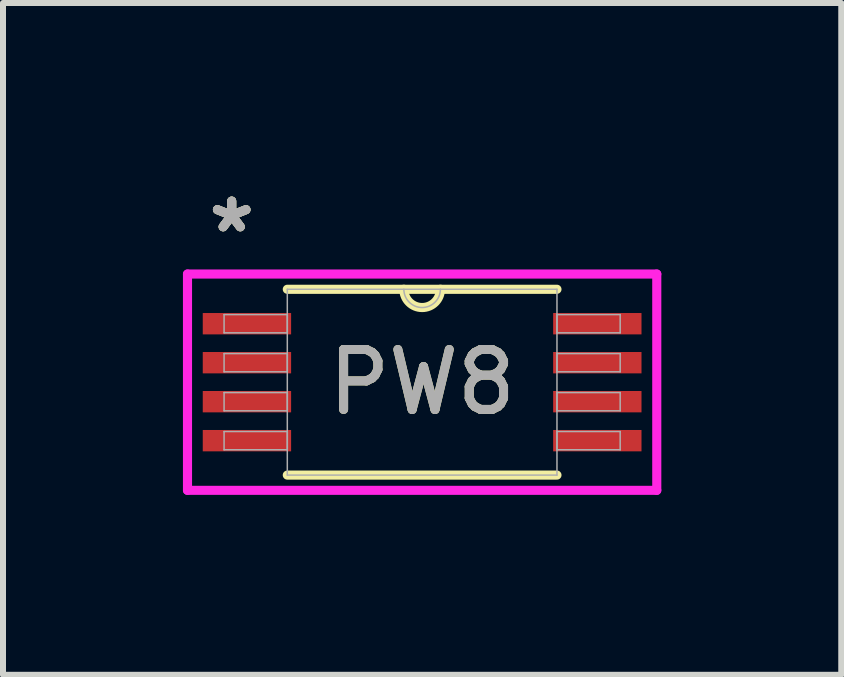
<source format=kicad_pcb>
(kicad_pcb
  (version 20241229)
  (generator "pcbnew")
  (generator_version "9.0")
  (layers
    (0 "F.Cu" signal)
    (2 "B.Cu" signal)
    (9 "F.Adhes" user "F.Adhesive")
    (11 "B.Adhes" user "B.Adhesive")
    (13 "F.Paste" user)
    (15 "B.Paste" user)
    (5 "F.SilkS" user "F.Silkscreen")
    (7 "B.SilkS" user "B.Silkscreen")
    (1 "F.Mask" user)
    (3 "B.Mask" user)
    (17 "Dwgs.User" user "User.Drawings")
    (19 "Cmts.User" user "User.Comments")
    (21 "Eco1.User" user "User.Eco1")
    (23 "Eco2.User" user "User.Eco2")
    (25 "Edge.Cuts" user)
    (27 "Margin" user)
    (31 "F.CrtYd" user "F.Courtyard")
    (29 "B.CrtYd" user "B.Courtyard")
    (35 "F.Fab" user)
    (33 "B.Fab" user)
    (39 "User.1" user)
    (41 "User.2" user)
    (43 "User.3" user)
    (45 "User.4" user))
  (footprint "PW8"
    (layer "F.Cu")
    (at 3.988 3.322)
    (property "Reference" "PW8" (at 0 0 0) (unlocked yes) (layer "F.SilkS") (effects (font (size 1 1) (thickness 0.15))))
    (attr smd)
    (fp_line (start -2.248 1.549) (end 2.248 1.549) (stroke (width 0.152) (type solid)) (layer "F.SilkS"))
    (fp_line (start 2.248 -1.549) (end -2.248 -1.549) (stroke (width 0.152) (type solid)) (layer "F.SilkS"))
    (fp_arc (start 0.3048 -1.5494) (mid 0 -1.2446) (end -0.3048 -1.5494) (stroke (width 0.1524) (type solid)) (layer "F.SilkS"))
    (fp_line (start -3.912 -1.803) (end 3.912 -1.803) (stroke (width 0.152) (type solid)) (layer "F.CrtYd"))
    (fp_line (start -3.912 1.803) (end -3.912 -1.803) (stroke (width 0.152) (type solid)) (layer "F.CrtYd"))
    (fp_line (start 3.912 -1.803) (end 3.912 1.803) (stroke (width 0.152) (type solid)) (layer "F.CrtYd"))
    (fp_line (start 3.912 1.803) (end -3.912 1.803) (stroke (width 0.152) (type solid)) (layer "F.CrtYd"))
    (fp_line (start -3.302 -1.127) (end -3.302 -0.823) (stroke (width 0.025) (type solid)) (layer "F.Fab"))
    (fp_line (start -3.302 -0.823) (end -2.248 -0.823) (stroke (width 0.025) (type solid)) (layer "F.Fab"))
    (fp_line (start -3.302 -0.477) (end -3.302 -0.173) (stroke (width 0.025) (type solid)) (layer "F.Fab"))
    (fp_line (start -3.302 -0.173) (end -2.248 -0.173) (stroke (width 0.025) (type solid)) (layer "F.Fab"))
    (fp_line (start -3.302 0.173) (end -3.302 0.477) (stroke (width 0.025) (type solid)) (layer "F.Fab"))
    (fp_line (start -3.302 0.477) (end -2.248 0.477) (stroke (width 0.025) (type solid)) (layer "F.Fab"))
    (fp_line (start -3.302 0.823) (end -3.302 1.127) (stroke (width 0.025) (type solid)) (layer "F.Fab"))
    (fp_line (start -3.302 1.127) (end -2.248 1.127) (stroke (width 0.025) (type solid)) (layer "F.Fab"))
    (fp_line (start -2.248 -1.549) (end -2.248 1.549) (stroke (width 0.025) (type solid)) (layer "F.Fab"))
    (fp_line (start -2.248 -1.127) (end -3.302 -1.127) (stroke (width 0.025) (type solid)) (layer "F.Fab"))
    (fp_line (start -2.248 -0.823) (end -2.248 -1.127) (stroke (width 0.025) (type solid)) (layer "F.Fab"))
    (fp_line (start -2.248 -0.477) (end -3.302 -0.477) (stroke (width 0.025) (type solid)) (layer "F.Fab"))
    (fp_line (start -2.248 -0.173) (end -2.248 -0.477) (stroke (width 0.025) (type solid)) (layer "F.Fab"))
    (fp_line (start -2.248 0.173) (end -3.302 0.173) (stroke (width 0.025) (type solid)) (layer "F.Fab"))
    (fp_line (start -2.248 0.477) (end -2.248 0.173) (stroke (width 0.025) (type solid)) (layer "F.Fab"))
    (fp_line (start -2.248 0.823) (end -3.302 0.823) (stroke (width 0.025) (type solid)) (layer "F.Fab"))
    (fp_line (start -2.248 1.127) (end -2.248 0.823) (stroke (width 0.025) (type solid)) (layer "F.Fab"))
    (fp_line (start -2.248 1.549) (end 2.248 1.549) (stroke (width 0.025) (type solid)) (layer "F.Fab"))
    (fp_line (start 2.248 -1.549) (end -2.248 -1.549) (stroke (width 0.025) (type solid)) (layer "F.Fab"))
    (fp_line (start 2.248 -1.127) (end 2.248 -0.823) (stroke (width 0.025) (type solid)) (layer "F.Fab"))
    (fp_line (start 2.248 -0.823) (end 3.302 -0.823) (stroke (width 0.025) (type solid)) (layer "F.Fab"))
    (fp_line (start 2.248 -0.477) (end 2.248 -0.173) (stroke (width 0.025) (type solid)) (layer "F.Fab"))
    (fp_line (start 2.248 -0.173) (end 3.302 -0.173) (stroke (width 0.025) (type solid)) (layer "F.Fab"))
    (fp_line (start 2.248 0.173) (end 2.248 0.477) (stroke (width 0.025) (type solid)) (layer "F.Fab"))
    (fp_line (start 2.248 0.477) (end 3.302 0.477) (stroke (width 0.025) (type solid)) (layer "F.Fab"))
    (fp_line (start 2.248 0.823) (end 2.248 1.127) (stroke (width 0.025) (type solid)) (layer "F.Fab"))
    (fp_line (start 2.248 1.127) (end 3.302 1.127) (stroke (width 0.025) (type solid)) (layer "F.Fab"))
    (fp_line (start 2.248 1.549) (end 2.248 -1.549) (stroke (width 0.025) (type solid)) (layer "F.Fab"))
    (fp_line (start 3.302 -1.127) (end 2.248 -1.127) (stroke (width 0.025) (type solid)) (layer "F.Fab"))
    (fp_line (start 3.302 -0.823) (end 3.302 -1.127) (stroke (width 0.025) (type solid)) (layer "F.Fab"))
    (fp_line (start 3.302 -0.477) (end 2.248 -0.477) (stroke (width 0.025) (type solid)) (layer "F.Fab"))
    (fp_line (start 3.302 -0.173) (end 3.302 -0.477) (stroke (width 0.025) (type solid)) (layer "F.Fab"))
    (fp_line (start 3.302 0.173) (end 2.248 0.173) (stroke (width 0.025) (type solid)) (layer "F.Fab"))
    (fp_line (start 3.302 0.477) (end 3.302 0.173) (stroke (width 0.025) (type solid)) (layer "F.Fab"))
    (fp_line (start 3.302 0.823) (end 2.248 0.823) (stroke (width 0.025) (type solid)) (layer "F.Fab"))
    (fp_line (start 3.302 1.127) (end 3.302 0.823) (stroke (width 0.025) (type solid)) (layer "F.Fab"))
    (fp_arc (start 0.3048 -1.5494) (mid 0 -1.2446) (end -0.3048 -1.5494) (stroke (width 0.0254) (type solid)) (layer "F.Fab"))
    (fp_text user "*" (at -3.175 -2.474 0) (unlocked yes) (layer "F.SilkS") (effects (font (size 1 1) (thickness 0.15))))
    (fp_text user "*" (at -3.175 -2.474 0) (layer "F.SilkS") (effects (font (size 1 1) (thickness 0.15))))
    (fp_text user "*" (at -3.175 -2.474 0) (unlocked yes) (layer "F.Fab") (effects (font (size 1 1) (thickness 0.15))))
    (fp_text user "*" (at -3.175 -2.474 0) (layer "F.Fab") (effects (font (size 1 1) (thickness 0.15))))
    (fp_text user "${REFERENCE}" (at 0 0 0) (unlocked yes) (layer "F.Fab") (effects (font (size 1 1) (thickness 0.15))))
    (pad "1" smd rect (at -2.921 -0.975) (size 1.473 0.356) (layers "F.Cu" "F.Mask" "F.Paste"))
    (pad "2" smd rect (at -2.921 -0.325) (size 1.473 0.356) (layers "F.Cu" "F.Mask" "F.Paste"))
    (pad "3" smd rect (at -2.921 0.325) (size 1.473 0.356) (layers "F.Cu" "F.Mask" "F.Paste"))
    (pad "4" smd rect (at -2.921 0.975) (size 1.473 0.356) (layers "F.Cu" "F.Mask" "F.Paste"))
    (pad "5" smd rect (at 2.921 0.975) (size 1.473 0.356) (layers "F.Cu" "F.Mask" "F.Paste"))
    (pad "6" smd rect (at 2.921 0.325) (size 1.473 0.356) (layers "F.Cu" "F.Mask" "F.Paste"))
    (pad "7" smd rect (at 2.921 -0.325) (size 1.473 0.356) (layers "F.Cu" "F.Mask" "F.Paste"))
    (pad "8" smd rect (at 2.921 -0.975) (size 1.473 0.356) (layers "F.Cu" "F.Mask" "F.Paste")))
  (gr_rect
    (start -3 -3)
    (end 10.976 8.201)
    (stroke (width 0.1) (type default))
    (fill no)
    (layer "Edge.Cuts")))
</source>
